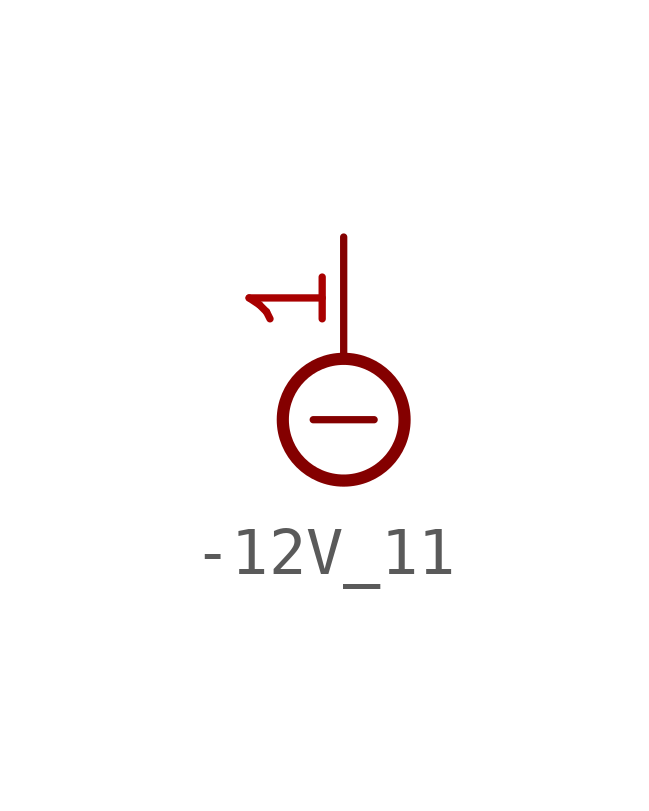
<source format=kicad_sym>
(kicad_symbol_lib
  (version 20241209)
  (generator "kicad_symbol_editor")
  (generator_version "9.0")
  (symbol "-12V_11"
    (power)
    (property "Reference" "#SUPPLY"
      (at 0 0 0)
      (effects (font (size 1.27 1.27)) (hide yes)))
    (property "ki_locked" ""
      (at 0 0 0)
      (effects (font (size 1.27 1.27))))
    (symbol "-12V_11_1_0"
      (polyline (pts (xy -0.635 0) (xy 0.635 0)) (stroke (width 0.152) (type solid)) (fill (type none)))
      (circle (center 0 0) (radius 1.27) (stroke (width 0.254) (type solid)) (fill (type none)))
      (pin power_in line (at 0 3.81 270) (length 2.54) (name "-12V" (effects (font (size 0 0)))) (number "1" (effects (font (size 1.524 1.524))))))))
</source>
